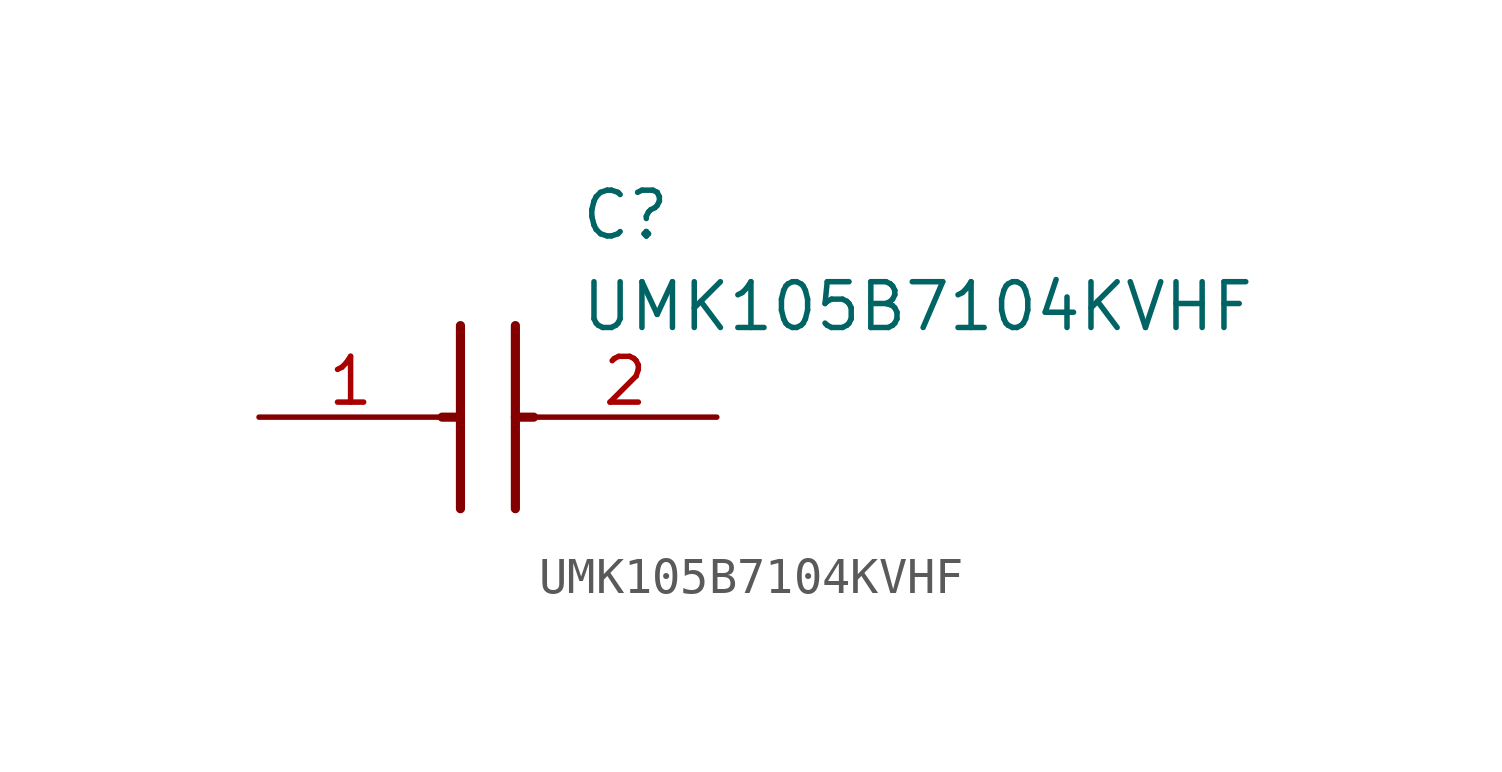
<source format=kicad_sym>
(kicad_symbol_lib
  (version 20211014)
  (generator SamacSys_ECAD_Model)
  (symbol "UMK105B7104KVHF"
    (pin_names hide)
    (property "Reference" "C"
      (at 8.89 6.35 0)
      (effects (font (size 1.27 1.27)) (justify left top)))
    (property "Value" "UMK105B7104KVHF"
      (at 8.89 3.81 0)
      (effects (font (size 1.27 1.27)) (justify left top)))
    (polyline
      (pts (xy 5.588 2.54) (xy 5.588 -2.54))
      (stroke (width 0.254) (type default))
      (fill (type none)))
    (polyline
      (pts (xy 7.112 2.54) (xy 7.112 -2.54))
      (stroke (width 0.254) (type default))
      (fill (type none)))
    (polyline
      (pts (xy 5.08 0) (xy 5.588 0))
      (stroke (width 0.254) (type default))
      (fill (type none)))
    (polyline
      (pts (xy 7.112 0) (xy 7.62 0))
      (stroke (width 0.254) (type default))
      (fill (type none)))
    (pin passive line
      (at 0 0 0)
      (length 5.08)
      (name "1" (effects (font (size 1.27 1.27))))
      (number "1" (effects (font (size 1.27 1.27)))))
    (pin passive line
      (at 12.7 0 180)
      (length 5.08)
      (name "2" (effects (font (size 1.27 1.27))))
      (number "2" (effects (font (size 1.27 1.27)))))))
</source>
